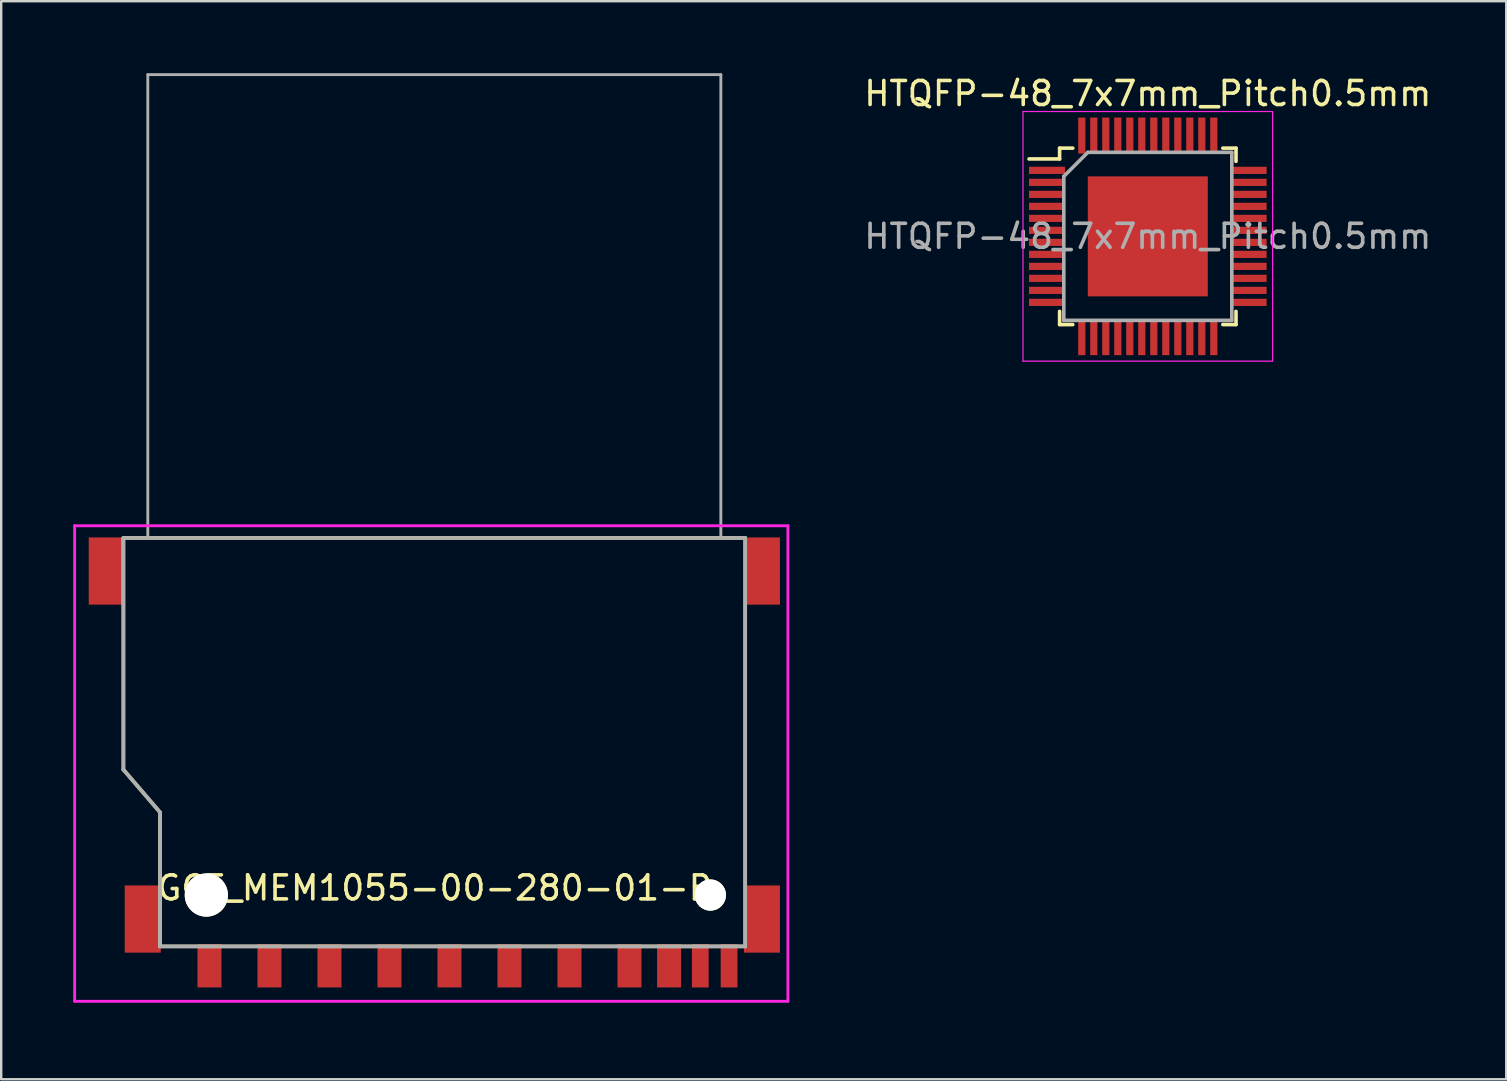
<source format=kicad_pcb>
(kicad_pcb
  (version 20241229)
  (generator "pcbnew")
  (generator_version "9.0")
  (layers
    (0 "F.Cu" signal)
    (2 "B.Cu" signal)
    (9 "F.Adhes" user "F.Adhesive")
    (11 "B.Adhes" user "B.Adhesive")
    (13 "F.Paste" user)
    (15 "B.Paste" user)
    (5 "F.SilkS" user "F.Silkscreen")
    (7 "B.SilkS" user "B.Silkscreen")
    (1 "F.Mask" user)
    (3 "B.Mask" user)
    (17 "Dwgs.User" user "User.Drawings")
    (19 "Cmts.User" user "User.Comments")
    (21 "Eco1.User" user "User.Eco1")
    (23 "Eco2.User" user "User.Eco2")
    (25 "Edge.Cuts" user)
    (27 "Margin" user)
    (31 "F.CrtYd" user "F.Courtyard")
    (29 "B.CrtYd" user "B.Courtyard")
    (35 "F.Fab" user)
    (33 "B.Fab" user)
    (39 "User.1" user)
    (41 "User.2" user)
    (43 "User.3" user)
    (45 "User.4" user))
  (footprint "HTQFP-48_7x7mm_Pitch0.5mm"
    (layer "F.Cu")
    (at 44.773 6.798)
    (property "Reference" "HTQFP-48_7x7mm_Pitch0.5mm" (at 0 -5.95 0) (layer "F.SilkS") (effects (font (size 1 1) (thickness 0.15))))
    (attr smd)
    (fp_line (start -3.675 -3.675) (end -3.675 -3.225) (stroke (width 0.15) (type solid)) (layer "F.SilkS"))
    (fp_line (start -3.675 -3.675) (end -3.125 -3.675) (stroke (width 0.15) (type solid)) (layer "F.SilkS"))
    (fp_line (start -3.675 -3.225) (end -4.95 -3.225) (stroke (width 0.15) (type solid)) (layer "F.SilkS"))
    (fp_line (start -3.675 3.675) (end -3.675 3.125) (stroke (width 0.15) (type solid)) (layer "F.SilkS"))
    (fp_line (start -3.675 3.675) (end -3.125 3.675) (stroke (width 0.15) (type solid)) (layer "F.SilkS"))
    (fp_line (start 3.675 -3.675) (end 3.125 -3.675) (stroke (width 0.15) (type solid)) (layer "F.SilkS"))
    (fp_line (start 3.675 -3.675) (end 3.675 -3.125) (stroke (width 0.15) (type solid)) (layer "F.SilkS"))
    (fp_line (start 3.675 3.675) (end 3.125 3.675) (stroke (width 0.15) (type solid)) (layer "F.SilkS"))
    (fp_line (start 3.675 3.675) (end 3.675 3.125) (stroke (width 0.15) (type solid)) (layer "F.SilkS"))
    (fp_line (start -5.2 -5.2) (end -5.2 5.2) (stroke (width 0.05) (type solid)) (layer "F.CrtYd"))
    (fp_line (start -5.2 -5.2) (end 5.2 -5.2) (stroke (width 0.05) (type solid)) (layer "F.CrtYd"))
    (fp_line (start -5.2 5.2) (end 5.2 5.2) (stroke (width 0.05) (type solid)) (layer "F.CrtYd"))
    (fp_line (start 5.2 -5.2) (end 5.2 5.2) (stroke (width 0.05) (type solid)) (layer "F.CrtYd"))
    (fp_line (start -3.5 -2.5) (end -2.5 -3.5) (stroke (width 0.15) (type solid)) (layer "F.Fab"))
    (fp_line (start -3.5 3.5) (end -3.5 -2.5) (stroke (width 0.15) (type solid)) (layer "F.Fab"))
    (fp_line (start -2.5 -3.5) (end 3.5 -3.5) (stroke (width 0.15) (type solid)) (layer "F.Fab"))
    (fp_line (start 3.5 -3.5) (end 3.5 3.5) (stroke (width 0.15) (type solid)) (layer "F.Fab"))
    (fp_line (start 3.5 3.5) (end -3.5 3.5) (stroke (width 0.15) (type solid)) (layer "F.Fab"))
    (fp_text user "${REFERENCE}" (at 0 0 0) (layer "F.Fab") (effects (font (size 1 1) (thickness 0.15))))
    (pad "" smd rect (at 0 0) (size 5 5) (layers "F.Cu" "F.Mask" "F.Paste"))
    (pad "1" smd rect (at -4.2 -2.75) (size 1.5 0.3) (layers "F.Cu" "F.Mask" "F.Paste"))
    (pad "2" smd rect (at -4.2 -2.25) (size 1.5 0.3) (layers "F.Cu" "F.Mask" "F.Paste"))
    (pad "3" smd rect (at -4.2 -1.75) (size 1.5 0.3) (layers "F.Cu" "F.Mask" "F.Paste"))
    (pad "4" smd rect (at -4.2 -1.25) (size 1.5 0.3) (layers "F.Cu" "F.Mask" "F.Paste"))
    (pad "5" smd rect (at -4.2 -0.75) (size 1.5 0.3) (layers "F.Cu" "F.Mask" "F.Paste"))
    (pad "6" smd rect (at -4.2 -0.25) (size 1.5 0.3) (layers "F.Cu" "F.Mask" "F.Paste"))
    (pad "7" smd rect (at -4.2 0.25) (size 1.5 0.3) (layers "F.Cu" "F.Mask" "F.Paste"))
    (pad "8" smd rect (at -4.2 0.75) (size 1.5 0.3) (layers "F.Cu" "F.Mask" "F.Paste"))
    (pad "9" smd rect (at -4.2 1.25) (size 1.5 0.3) (layers "F.Cu" "F.Mask" "F.Paste"))
    (pad "10" smd rect (at -4.2 1.75) (size 1.5 0.3) (layers "F.Cu" "F.Mask" "F.Paste"))
    (pad "11" smd rect (at -4.2 2.25) (size 1.5 0.3) (layers "F.Cu" "F.Mask" "F.Paste"))
    (pad "12" smd rect (at -4.2 2.75) (size 1.5 0.3) (layers "F.Cu" "F.Mask" "F.Paste"))
    (pad "13" smd rect (at -2.75 4.2 90) (size 1.5 0.3) (layers "F.Cu" "F.Mask" "F.Paste"))
    (pad "14" smd rect (at -2.25 4.2 90) (size 1.5 0.3) (layers "F.Cu" "F.Mask" "F.Paste"))
    (pad "15" smd rect (at -1.75 4.2 90) (size 1.5 0.3) (layers "F.Cu" "F.Mask" "F.Paste"))
    (pad "16" smd rect (at -1.25 4.2 90) (size 1.5 0.3) (layers "F.Cu" "F.Mask" "F.Paste"))
    (pad "17" smd rect (at -0.75 4.2 90) (size 1.5 0.3) (layers "F.Cu" "F.Mask" "F.Paste"))
    (pad "18" smd rect (at -0.25 4.2 90) (size 1.5 0.3) (layers "F.Cu" "F.Mask" "F.Paste"))
    (pad "19" smd rect (at 0.25 4.2 90) (size 1.5 0.3) (layers "F.Cu" "F.Mask" "F.Paste"))
    (pad "20" smd rect (at 0.75 4.2 90) (size 1.5 0.3) (layers "F.Cu" "F.Mask" "F.Paste"))
    (pad "21" smd rect (at 1.25 4.2 90) (size 1.5 0.3) (layers "F.Cu" "F.Mask" "F.Paste"))
    (pad "22" smd rect (at 1.75 4.2 90) (size 1.5 0.3) (layers "F.Cu" "F.Mask" "F.Paste"))
    (pad "23" smd rect (at 2.25 4.2 90) (size 1.5 0.3) (layers "F.Cu" "F.Mask" "F.Paste"))
    (pad "24" smd rect (at 2.75 4.2 90) (size 1.5 0.3) (layers "F.Cu" "F.Mask" "F.Paste"))
    (pad "25" smd rect (at 4.2 2.75) (size 1.5 0.3) (layers "F.Cu" "F.Mask" "F.Paste"))
    (pad "26" smd rect (at 4.2 2.25) (size 1.5 0.3) (layers "F.Cu" "F.Mask" "F.Paste"))
    (pad "27" smd rect (at 4.2 1.75) (size 1.5 0.3) (layers "F.Cu" "F.Mask" "F.Paste"))
    (pad "28" smd rect (at 4.2 1.25) (size 1.5 0.3) (layers "F.Cu" "F.Mask" "F.Paste"))
    (pad "29" smd rect (at 4.2 0.75) (size 1.5 0.3) (layers "F.Cu" "F.Mask" "F.Paste"))
    (pad "30" smd rect (at 4.2 0.25) (size 1.5 0.3) (layers "F.Cu" "F.Mask" "F.Paste"))
    (pad "31" smd rect (at 4.2 -0.25) (size 1.5 0.3) (layers "F.Cu" "F.Mask" "F.Paste"))
    (pad "32" smd rect (at 4.2 -0.75) (size 1.5 0.3) (layers "F.Cu" "F.Mask" "F.Paste"))
    (pad "33" smd rect (at 4.2 -1.25) (size 1.5 0.3) (layers "F.Cu" "F.Mask" "F.Paste"))
    (pad "34" smd rect (at 4.2 -1.75) (size 1.5 0.3) (layers "F.Cu" "F.Mask" "F.Paste"))
    (pad "35" smd rect (at 4.2 -2.25) (size 1.5 0.3) (layers "F.Cu" "F.Mask" "F.Paste"))
    (pad "36" smd rect (at 4.2 -2.75) (size 1.5 0.3) (layers "F.Cu" "F.Mask" "F.Paste"))
    (pad "37" smd rect (at 2.75 -4.2 90) (size 1.5 0.3) (layers "F.Cu" "F.Mask" "F.Paste"))
    (pad "38" smd rect (at 2.25 -4.2 90) (size 1.5 0.3) (layers "F.Cu" "F.Mask" "F.Paste"))
    (pad "39" smd rect (at 1.75 -4.2 90) (size 1.5 0.3) (layers "F.Cu" "F.Mask" "F.Paste"))
    (pad "40" smd rect (at 1.25 -4.2 90) (size 1.5 0.3) (layers "F.Cu" "F.Mask" "F.Paste"))
    (pad "41" smd rect (at 0.75 -4.2 90) (size 1.5 0.3) (layers "F.Cu" "F.Mask" "F.Paste"))
    (pad "42" smd rect (at 0.25 -4.2 90) (size 1.5 0.3) (layers "F.Cu" "F.Mask" "F.Paste"))
    (pad "43" smd rect (at -0.25 -4.2 90) (size 1.5 0.3) (layers "F.Cu" "F.Mask" "F.Paste"))
    (pad "44" smd rect (at -0.75 -4.2 90) (size 1.5 0.3) (layers "F.Cu" "F.Mask" "F.Paste"))
    (pad "45" smd rect (at -1.25 -4.2 90) (size 1.5 0.3) (layers "F.Cu" "F.Mask" "F.Paste"))
    (pad "46" smd rect (at -1.75 -4.2 90) (size 1.5 0.3) (layers "F.Cu" "F.Mask" "F.Paste"))
    (pad "47" smd rect (at -2.25 -4.2 90) (size 1.5 0.3) (layers "F.Cu" "F.Mask" "F.Paste"))
    (pad "48" smd rect (at -2.75 -4.2 90) (size 1.5 0.3) (layers "F.Cu" "F.Mask" "F.Paste")))
  (footprint "GCT_MEM1055-00-280-01-B"
    (layer "F.Cu")
    (at 15.046 38.668)
    (property "Reference" "GCT_MEM1055-00-280-01-B" (at 0.031 -4.723 180) (layer "F.SilkS") (effects (font (size 1 1) (thickness 0.15))))
    (attr smd)
    (fp_line (start -12.954 -19.304) (end -12.954 -9.652) (stroke (width 0.15) (type solid)) (layer "F.SilkS"))
    (fp_line (start -12.954 -9.652) (end -11.43 -7.874) (stroke (width 0.15) (type solid)) (layer "F.SilkS"))
    (fp_line (start -11.43 -7.874) (end -11.43 -2.286) (stroke (width 0.15) (type solid)) (layer "F.SilkS"))
    (fp_line (start -11.43 -2.286) (end 12.954 -2.286) (stroke (width 0.15) (type solid)) (layer "F.SilkS"))
    (fp_line (start 12.954 -19.304) (end -12.954 -19.304) (stroke (width 0.15) (type solid)) (layer "F.SilkS"))
    (fp_line (start 12.954 -2.286) (end 12.954 -19.304) (stroke (width 0.15) (type solid)) (layer "F.SilkS"))
    (fp_line (start -14.986 -19.812) (end 14.732 -19.812) (stroke (width 0.12) (type solid)) (layer "F.CrtYd"))
    (fp_line (start -14.986 0) (end -14.986 -19.812) (stroke (width 0.12) (type solid)) (layer "F.CrtYd"))
    (fp_line (start 14.732 -19.812) (end 14.732 0) (stroke (width 0.12) (type solid)) (layer "F.CrtYd"))
    (fp_line (start 14.732 0) (end -14.986 0) (stroke (width 0.12) (type solid)) (layer "F.CrtYd"))
    (fp_line (start -12.954 -19.304) (end 12.954 -19.304) (stroke (width 0.15) (type solid)) (layer "F.Fab"))
    (fp_line (start -12.954 -9.652) (end -12.954 -19.304) (stroke (width 0.15) (type solid)) (layer "F.Fab"))
    (fp_line (start -11.938 -38.608) (end -11.938 -19.304) (stroke (width 0.12) (type solid)) (layer "F.Fab"))
    (fp_line (start -11.43 -7.874) (end -12.954 -9.652) (stroke (width 0.15) (type solid)) (layer "F.Fab"))
    (fp_line (start -11.43 -2.286) (end -11.43 -7.874) (stroke (width 0.15) (type solid)) (layer "F.Fab"))
    (fp_line (start 11.938 -38.608) (end -11.938 -38.608) (stroke (width 0.12) (type solid)) (layer "F.Fab"))
    (fp_line (start 11.938 -19.304) (end 11.938 -38.608) (stroke (width 0.12) (type solid)) (layer "F.Fab"))
    (fp_line (start 12.954 -19.304) (end 12.954 -2.286) (stroke (width 0.15) (type solid)) (layer "F.Fab"))
    (fp_line (start 12.954 -2.286) (end -11.43 -2.286) (stroke (width 0.15) (type solid)) (layer "F.Fab"))
    (pad "" np_thru_hole circle (at -9.499 -4.426 180) (size 1.8 1.8) (drill 1.8) (layers "*.Cu" "*.Mask" "F.SilkS"))
    (pad "" np_thru_hole circle (at 11.501 -4.426 180) (size 1.3 1.3) (drill 1.3) (layers "*.Cu" "*.Mask" "F.SilkS"))
    (pad "1" smd rect (at -6.869 -1.476 270) (size 1.8 1) (layers "F.Cu" "F.Mask" "F.Paste"))
    (pad "2" smd rect (at -4.369 -1.476 270) (size 1.8 1) (layers "F.Cu" "F.Mask" "F.Paste"))
    (pad "3" smd rect (at -1.869 -1.476 270) (size 1.8 1) (layers "F.Cu" "F.Mask" "F.Paste"))
    (pad "4" smd rect (at 0.631 -1.476 270) (size 1.8 1) (layers "F.Cu" "F.Mask" "F.Paste"))
    (pad "5" smd rect (at 3.131 -1.476 270) (size 1.8 1) (layers "F.Cu" "F.Mask" "F.Paste"))
    (pad "6" smd rect (at 5.631 -1.476 270) (size 1.8 1) (layers "F.Cu" "F.Mask" "F.Paste"))
    (pad "7" smd rect (at 8.131 -1.476 270) (size 1.8 1) (layers "F.Cu" "F.Mask" "F.Paste"))
    (pad "8" smd rect (at 9.781 -1.476 270) (size 1.8 1) (layers "F.Cu" "F.Mask" "F.Paste"))
    (pad "9" smd rect (at -9.369 -1.476 270) (size 1.8 1) (layers "F.Cu" "F.Mask" "F.Paste"))
    (pad "10" smd rect (at 11.081 -1.476 270) (size 1.8 0.7) (layers "F.Cu" "F.Mask" "F.Paste"))
    (pad "11" smd rect (at 12.281 -1.476 270) (size 1.8 0.7) (layers "F.Cu" "F.Mask" "F.Paste"))
    (pad "12" smd rect (at -13.649 -17.926 270) (size 2.8 1.5) (layers "F.Cu" "F.Mask" "F.Paste"))
    (pad "12" smd rect (at -12.149 -3.426 270) (size 2.8 1.5) (layers "F.Cu" "F.Mask" "F.Paste"))
    (pad "13" smd rect (at 13.651 -17.926 270) (size 2.8 1.5) (layers "F.Cu" "F.Mask" "F.Paste"))
    (pad "13" smd rect (at 13.651 -3.426 270) (size 2.8 1.5) (layers "F.Cu" "F.Mask" "F.Paste")))
  (gr_rect
    (start -3 -3)
    (end 59.707 41.918)
    (stroke (width 0.1) (type default))
    (fill no)
    (layer "Edge.Cuts")))
</source>
